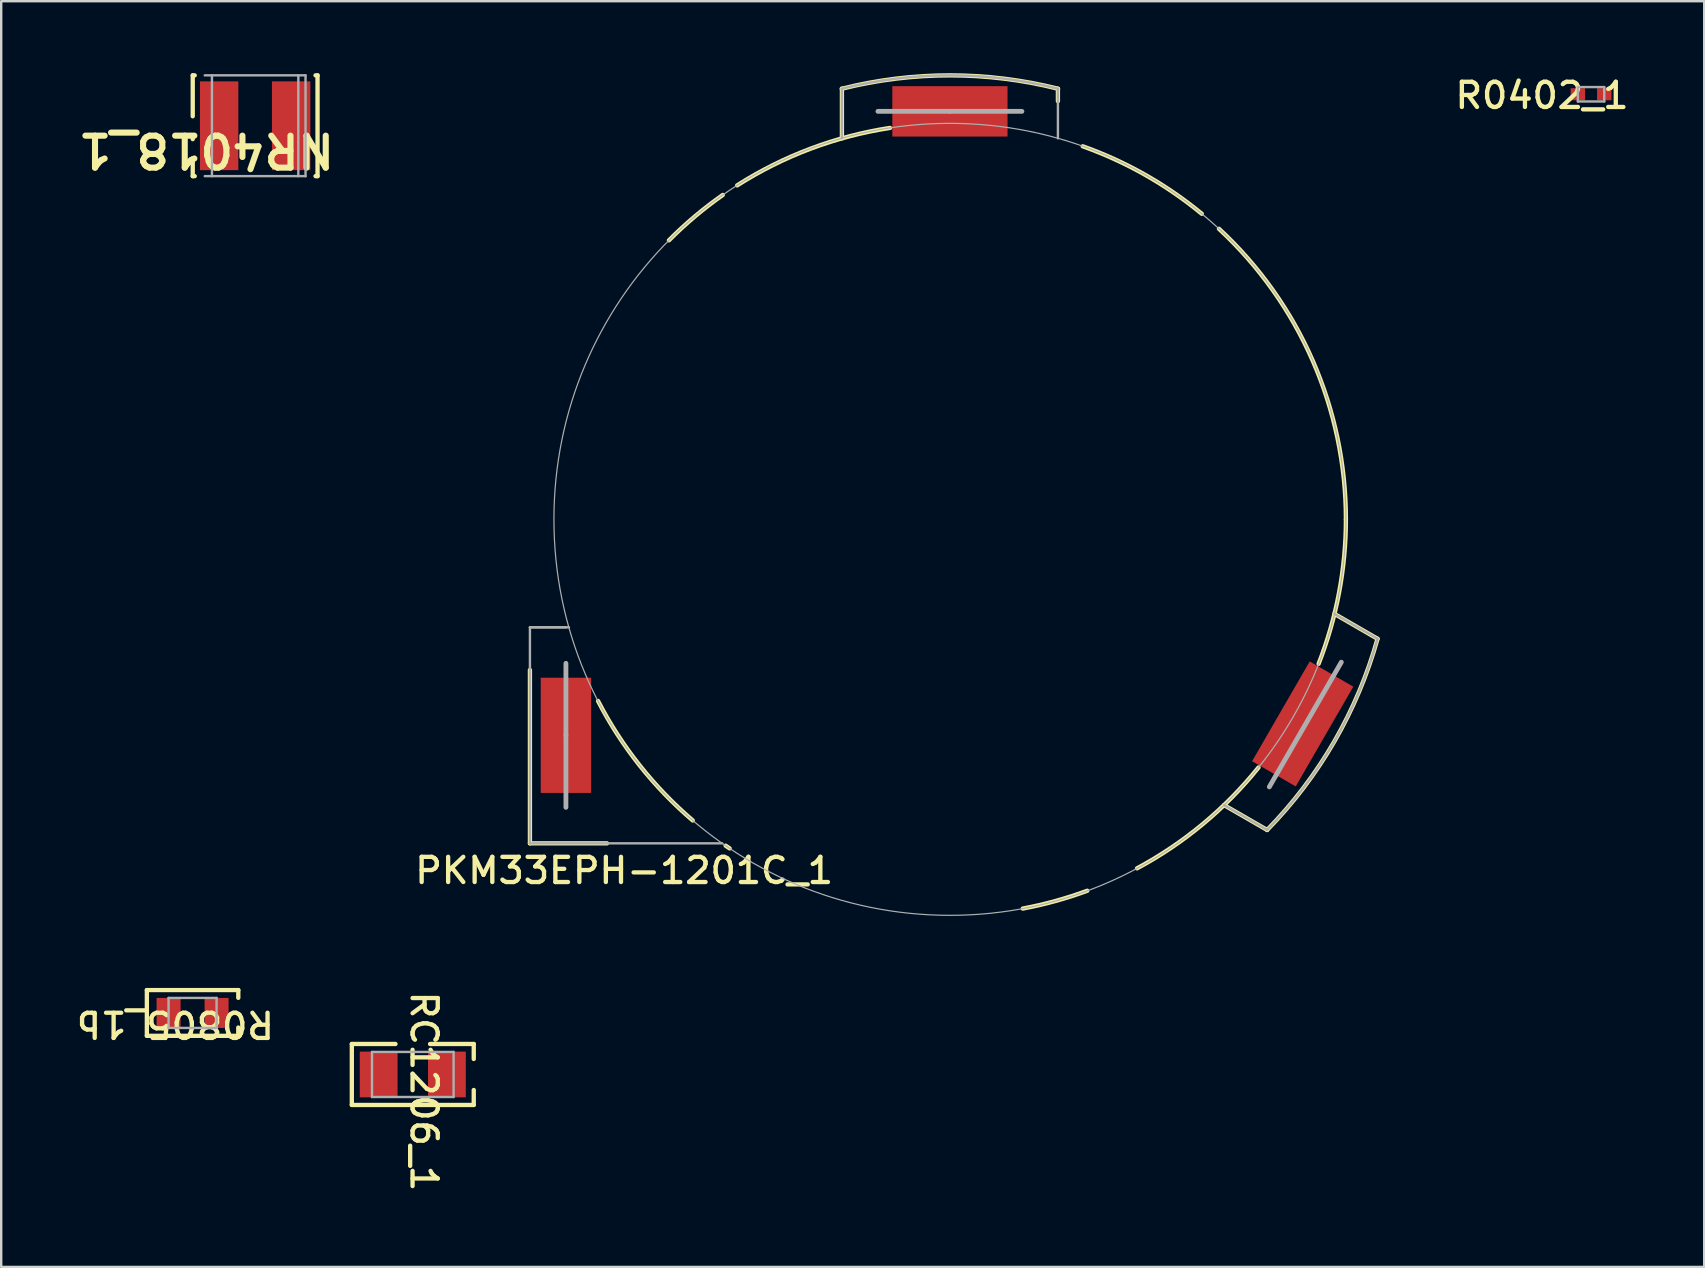
<source format=kicad_pcb>
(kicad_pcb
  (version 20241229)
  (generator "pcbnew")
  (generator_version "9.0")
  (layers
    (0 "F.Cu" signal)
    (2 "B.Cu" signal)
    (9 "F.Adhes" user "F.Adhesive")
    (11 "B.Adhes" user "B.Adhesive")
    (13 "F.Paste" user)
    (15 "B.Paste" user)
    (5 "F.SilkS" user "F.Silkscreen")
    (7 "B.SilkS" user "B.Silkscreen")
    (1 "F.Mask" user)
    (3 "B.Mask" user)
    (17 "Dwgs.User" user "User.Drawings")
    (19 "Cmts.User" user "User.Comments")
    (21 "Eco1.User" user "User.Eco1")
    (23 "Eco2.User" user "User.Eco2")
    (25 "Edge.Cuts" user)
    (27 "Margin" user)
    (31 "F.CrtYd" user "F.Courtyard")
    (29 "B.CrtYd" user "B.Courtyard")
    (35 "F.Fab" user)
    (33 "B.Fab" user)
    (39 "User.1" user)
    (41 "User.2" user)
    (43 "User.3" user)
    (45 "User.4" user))
  (footprint "R0402_1"
    (layer "F.Cu")
    (at 63.246 0.877)
    (property "Reference" "R0402_1" (at -2.045 0.053 0) (unlocked yes) (layer "F.SilkS") (effects (font (size 1.05 1.104) (thickness 0.18))))
    (attr smd)
    (fp_line (start -0.55 -0.3) (end 0.55 -0.3) (stroke (width 0.1) (type solid)) (layer "F.Fab"))
    (fp_line (start -0.55 0.3) (end -0.55 -0.3) (stroke (width 0.1) (type solid)) (layer "F.Fab"))
    (fp_line (start -0.55 0.3) (end 0.55 0.3) (stroke (width 0.1) (type solid)) (layer "F.Fab"))
    (fp_line (start 0.55 0.3) (end 0.55 -0.3) (stroke (width 0.1) (type solid)) (layer "F.Fab"))
    (pad "1" smd rect (at -0.55 0 270) (size 0.5 0.6) (layers "F.Cu" "F.Mask" "F.Paste"))
    (pad "2" smd rect (at 0.55 0 270) (size 0.5 0.6) (layers "F.Cu" "F.Mask" "F.Paste")))
  (footprint "RC1206_1"
    (layer "F.Cu")
    (at 14.15 41.721)
    (property "Reference" "RC1206_1" (at 0.467 0.706 270) (unlocked yes) (layer "F.SilkS") (effects (font (size 1.05 1.104) (thickness 0.18))))
    (attr smd)
    (fp_line (start -2.54 -1.27) (end -0.721 -1.27) (stroke (width 0.18) (type solid)) (layer "F.SilkS"))
    (fp_line (start -2.54 1.27) (end -2.54 -1.27) (stroke (width 0.18) (type solid)) (layer "F.SilkS"))
    (fp_line (start -2.54 1.27) (end 2.54 1.27) (stroke (width 0.18) (type solid)) (layer "F.SilkS"))
    (fp_line (start 0.721 -1.27) (end 2.54 -1.27) (stroke (width 0.18) (type solid)) (layer "F.SilkS"))
    (fp_line (start 2.54 -0.646) (end 2.54 -1.27) (stroke (width 0.18) (type solid)) (layer "F.SilkS"))
    (fp_line (start 2.54 1.27) (end 2.54 0.646) (stroke (width 0.18) (type solid)) (layer "F.SilkS"))
    (fp_line (start -1.7 -0.94) (end 1.7 -0.94) (stroke (width 0.1) (type solid)) (layer "F.Fab"))
    (fp_line (start -1.7 0.94) (end -1.7 -0.94) (stroke (width 0.1) (type solid)) (layer "F.Fab"))
    (fp_line (start -1.7 0.94) (end 1.7 0.94) (stroke (width 0.1) (type solid)) (layer "F.Fab"))
    (fp_line (start 1.7 0.94) (end 1.7 -0.94) (stroke (width 0.1) (type solid)) (layer "F.Fab"))
    (pad "1" smd rect (at -1.422 0) (size 1.575 1.905) (layers "F.Cu" "F.Mask" "F.Paste"))
    (pad "2" smd rect (at 1.422 0) (size 1.575 1.905) (layers "F.Cu" "F.Mask" "F.Paste")))
  (footprint "NR4018_1"
    (layer "F.Cu")
    (at 7.581 2.19)
    (property "Reference" "NR4018_1" (at -2.032 1.016 180) (unlocked yes) (layer "F.SilkS") (effects (font (size 1.333 1.402) (thickness 0.254))))
    (attr smd)
    (fp_line (start -2.6 -2.1) (end -2.517 -2.1) (stroke (width 0.18) (type solid)) (layer "F.SilkS"))
    (fp_line (start -2.6 -0.396) (end -2.6 -2.1) (stroke (width 0.18) (type solid)) (layer "F.SilkS"))
    (fp_line (start -2.6 0.557) (end -2.6 0.396) (stroke (width 0.18) (type solid)) (layer "F.SilkS"))
    (fp_line (start -2.6 2.1) (end -2.6 1.348) (stroke (width 0.18) (type solid)) (layer "F.SilkS"))
    (fp_line (start -2.6 2.1) (end -2.517 2.1) (stroke (width 0.18) (type solid)) (layer "F.SilkS"))
    (fp_line (start 2.517 -2.1) (end 2.6 -2.1) (stroke (width 0.18) (type solid)) (layer "F.SilkS"))
    (fp_line (start 2.517 2.1) (end 2.6 2.1) (stroke (width 0.18) (type solid)) (layer "F.SilkS"))
    (fp_line (start 2.6 2.1) (end 2.6 -2.1) (stroke (width 0.18) (type solid)) (layer "F.SilkS"))
    (fp_line (start -2.1 -2.1) (end 2.1 -2.1) (stroke (width 0.1) (type solid)) (layer "F.Fab"))
    (fp_line (start -2.1 2.1) (end 2.1 2.1) (stroke (width 0.1) (type solid)) (layer "F.Fab"))
    (fp_line (start -1.8 2.1) (end -1.8 -2.1) (stroke (width 0.1) (type solid)) (layer "F.Fab"))
    (fp_line (start 1.8 2.1) (end 1.8 -2.1) (stroke (width 0.1) (type solid)) (layer "F.Fab"))
    (fp_line (start 2.1 2.1) (end 2.1 -2.1) (stroke (width 0.1) (type solid)) (layer "F.Fab"))
    (pad "1" smd rect (at -1.5 0) (size 1.6 3.7) (layers "F.Cu" "F.Mask" "F.Paste"))
    (pad "2" smd rect (at 1.5 0) (size 1.6 3.7) (layers "F.Cu" "F.Mask" "F.Paste")))
  (footprint "PKM33EPH-1201C_1"
    (layer "F.Cu")
    (at 36.531 18.59)
    (property "Reference" "PKM33EPH-1201C_1" (at -13.574 14.635 0) (unlocked yes) (layer "F.SilkS") (effects (font (size 1.05 1.104) (thickness 0.18))))
    (attr smd)
    (fp_line (start -16 10.35) (end -16 7.65) (stroke (width 2.3) (type solid)) (layer "B.Mask"))
    (fp_line (start -1.35 -17) (end 1.35 -17) (stroke (width 2.3) (type solid)) (layer "B.Mask"))
    (fp_line (start 14.025 9.694) (end 15.375 7.356) (stroke (width 2.3) (type solid)) (layer "B.Mask"))
    (fp_line (start -17.5 13.5) (end -17.5 6.278) (stroke (width 0.18) (type solid)) (layer "F.SilkS"))
    (fp_line (start -17.5 13.5) (end -14.289 13.5) (stroke (width 0.18) (type solid)) (layer "F.SilkS"))
    (fp_line (start -4.5 -15.875) (end -4.5 -17.944) (stroke (width 0.18) (type solid)) (layer "F.SilkS"))
    (fp_line (start 4.5 -17.425) (end 4.5 -17.944) (stroke (width 0.18) (type solid)) (layer "F.SilkS"))
    (fp_line (start 11.423 11.907) (end 13.218 12.943) (stroke (width 0.18) (type solid)) (layer "F.SilkS"))
    (fp_line (start 16.023 3.939) (end 17.818 4.976) (stroke (width 0.18) (type solid)) (layer "F.SilkS"))
    (fp_arc (start -11.707917 -11.626465) (mid -10.62804 -12.621204) (end -9.464011 -13.516009) (stroke (width 0.18) (type solid)) (layer "F.SilkS"))
    (fp_arc (start -10.715902 12.546699) (mid -12.930952 10.248939) (end -14.662194 7.567718) (stroke (width 0.18) (type solid)) (layer "F.SilkS"))
    (fp_arc (start -9.178878 13.711244) (mid -9.262463 13.654918) (end -9.345703 13.598082) (stroke (width 0.18) (type solid)) (layer "F.SilkS"))
    (fp_arc (start -8.865444 -13.915959) (mid -5.805388 -15.444983) (end -2.495804 -16.310149) (stroke (width 0.18) (type solid)) (layer "F.SilkS"))
    (fp_arc (start -4.50689 -17.942631) (mid 0 -18.5) (end 4.50689 -17.942631) (stroke (width 0.18) (type solid)) (layer "F.SilkS"))
    (fp_arc (start 5.534951 -15.543948) (mid 8.137518 -14.353773) (end 10.495291 -12.731806) (stroke (width 0.18) (type solid)) (layer "F.SilkS"))
    (fp_arc (start 5.724438 15.475167) (mid 4.395556 15.903744) (end 3.035197 16.218433) (stroke (width 0.18) (type solid)) (layer "F.SilkS"))
    (fp_arc (start 11.210782 -12.106543) (mid 15.119986 -6.605759) (end 16.5 0) (stroke (width 0.18) (type solid)) (layer "F.SilkS"))
    (fp_arc (start 12.859077 10.338953) (mid 10.53967 12.695083) (end 7.797088 14.541497) (stroke (width 0.18) (type solid)) (layer "F.SilkS"))
    (fp_arc (start 16.5 0) (mid 16.213111 3.063499) (end 15.362421 6.020467) (stroke (width 0.18) (type solid)) (layer "F.SilkS"))
    (fp_arc (start 17.81852 4.974978) (mid 16.021464 9.250005) (end 13.21771 12.943815) (stroke (width 0.18) (type solid)) (layer "F.SilkS"))
    (fp_line (start -17.5 4.5) (end -16 4.5) (stroke (width 0.1) (type solid)) (layer "F.Fab"))
    (fp_line (start -17.5 4.5) (end -15.875 4.5) (stroke (width 0.1) (type solid)) (layer "F.Fab"))
    (fp_line (start -17.5 13.5) (end -17.5 4.5) (stroke (width 0.1) (type solid)) (layer "F.Fab"))
    (fp_line (start -17.5 13.5) (end -9.487 13.5) (stroke (width 0.1) (type solid)) (layer "F.Fab"))
    (fp_line (start -16 9) (end -16 6) (stroke (width 0.2) (type solid)) (layer "F.Fab"))
    (fp_line (start -16 12) (end -16 9) (stroke (width 0.2) (type solid)) (layer "F.Fab"))
    (fp_line (start -4.5 -15.875) (end -4.5 -17.944) (stroke (width 0.1) (type solid)) (layer "F.Fab"))
    (fp_line (start -3 -17) (end 0 -17) (stroke (width 0.2) (type solid)) (layer "F.Fab"))
    (fp_line (start 0 -17) (end 3 -17) (stroke (width 0.2) (type solid)) (layer "F.Fab"))
    (fp_line (start 4.5 -15.875) (end 4.5 -17.944) (stroke (width 0.1) (type solid)) (layer "F.Fab"))
    (fp_line (start 11.423 11.907) (end 13.218 12.943) (stroke (width 0.1) (type solid)) (layer "F.Fab"))
    (fp_line (start 13.309 11.148) (end 16.309 5.952) (stroke (width 0.2) (type solid)) (layer "F.Fab"))
    (fp_line (start 16.023 3.939) (end 17.818 4.976) (stroke (width 0.1) (type solid)) (layer "F.Fab"))
    (fp_arc (start -4.50689 -17.942631) (mid 0 -18.5) (end 4.50689 -17.942631) (stroke (width 0.1) (type solid)) (layer "F.Fab"))
    (fp_arc (start 17.81852 4.974978) (mid 16.021464 9.250005) (end 13.21771 12.943815) (stroke (width 0.1) (type solid)) (layer "F.Fab"))
    (fp_circle (center 0 0) (end 16.5 0) (stroke (width 0.05) (type solid)) (fill no) (layer "F.Fab"))
    (pad "1" smd rect (at -16 9) (size 2.1 4.8) (layers "F.Cu" "F.Mask" "F.Paste"))
    (pad "2" smd rect (at 14.7 8.525 150) (size 2.1 4.8) (layers "F.Cu" "F.Mask" "F.Paste"))
    (pad "3" smd rect (at 0 -17 90) (size 2.1 4.8) (layers "F.Cu" "F.Mask" "F.Paste")))
  (footprint "R0805_1b"
    (layer "F.Cu")
    (at 4.974 39.157)
    (property "Reference" "R0805_1b" (at -0.714 0.468 180) (unlocked yes) (layer "F.SilkS") (effects (font (size 1.05 1.104) (thickness 0.18))))
    (attr smd)
    (fp_line (start -1.905 -0.953) (end 1.905 -0.953) (stroke (width 0.18) (type solid)) (layer "F.SilkS"))
    (fp_line (start -1.905 0.953) (end -1.905 -0.953) (stroke (width 0.18) (type solid)) (layer "F.SilkS"))
    (fp_line (start -1.905 0.953) (end 1.905 0.953) (stroke (width 0.18) (type solid)) (layer "F.SilkS"))
    (fp_line (start 1.905 -0.629) (end 1.905 -0.953) (stroke (width 0.18) (type solid)) (layer "F.SilkS"))
    (fp_line (start 1.905 0.953) (end 1.905 0.608) (stroke (width 0.18) (type solid)) (layer "F.SilkS"))
    (fp_line (start -1 -0.625) (end 1 -0.625) (stroke (width 0.1) (type solid)) (layer "F.Fab"))
    (fp_line (start -1 0.625) (end -1 -0.625) (stroke (width 0.1) (type solid)) (layer "F.Fab"))
    (fp_line (start -1 0.625) (end 1 0.625) (stroke (width 0.1) (type solid)) (layer "F.Fab"))
    (fp_line (start 1 0.625) (end 1 -0.625) (stroke (width 0.1) (type solid)) (layer "F.Fab"))
    (pad "1" smd rect (at -1 0) (size 1 1.25) (layers "F.Cu" "F.Mask" "F.Paste"))
    (pad "2" smd rect (at 1 0) (size 1 1.25) (layers "F.Cu" "F.Mask" "F.Paste")))
  (gr_rect
    (start -3 -3)
    (end 67.961 49.74)
    (stroke (width 0.1) (type default))
    (fill no)
    (layer "Edge.Cuts")))
</source>
